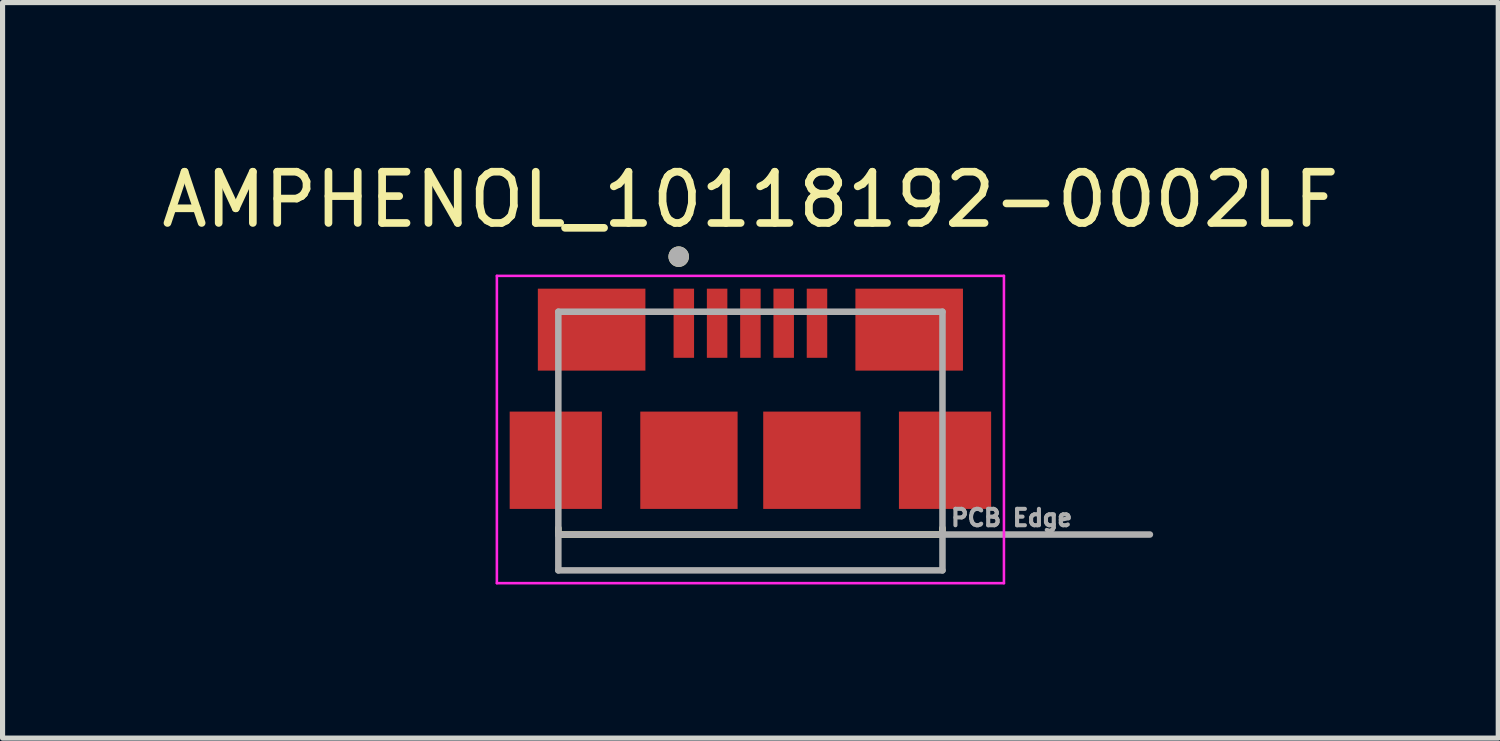
<source format=kicad_pcb>
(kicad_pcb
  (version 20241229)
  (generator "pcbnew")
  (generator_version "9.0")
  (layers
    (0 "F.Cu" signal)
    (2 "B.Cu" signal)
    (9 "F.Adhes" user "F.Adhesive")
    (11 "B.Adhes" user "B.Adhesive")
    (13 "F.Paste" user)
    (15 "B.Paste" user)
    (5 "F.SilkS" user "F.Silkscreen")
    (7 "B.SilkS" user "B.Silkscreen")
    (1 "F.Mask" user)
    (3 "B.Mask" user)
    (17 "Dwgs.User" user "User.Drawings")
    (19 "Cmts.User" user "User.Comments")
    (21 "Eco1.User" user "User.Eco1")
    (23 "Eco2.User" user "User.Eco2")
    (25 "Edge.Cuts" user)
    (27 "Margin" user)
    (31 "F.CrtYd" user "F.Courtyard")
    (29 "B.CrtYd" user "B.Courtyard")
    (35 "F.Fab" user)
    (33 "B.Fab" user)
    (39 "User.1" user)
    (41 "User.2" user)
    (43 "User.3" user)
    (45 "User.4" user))
  (footprint "AMPHENOL_10118192-0002LF"
    (layer "F.Cu")
    (at 11.601 3.261)
    (property "Reference" "AMPHENOL_10118192-0002LF" (at 0 -2.413 0) (layer "F.SilkS") (effects (font (size 1 1) (thickness 0.15))))
    (attr smd)
    (fp_line (start -3.75 4) (end -3.75 4.125) (stroke (width 0.127) (type solid)) (layer "F.SilkS"))
    (fp_line (start -3.75 4.125) (end 3.75 4.125) (stroke (width 0.127) (type solid)) (layer "F.SilkS"))
    (fp_line (start 3.75 4.125) (end 3.75 4) (stroke (width 0.127) (type solid)) (layer "F.SilkS"))
    (fp_circle (center -1.4 -1.3) (end -1.3 -1.3) (stroke (width 0.2) (type solid)) (fill no) (layer "F.SilkS"))
    (fp_line (start -4.95 -0.925) (end 4.95 -0.925) (stroke (width 0.05) (type solid)) (layer "F.CrtYd"))
    (fp_line (start -4.95 5.075) (end -4.95 -0.925) (stroke (width 0.05) (type solid)) (layer "F.CrtYd"))
    (fp_line (start 4.95 -0.925) (end 4.95 5.075) (stroke (width 0.05) (type solid)) (layer "F.CrtYd"))
    (fp_line (start 4.95 5.075) (end -4.95 5.075) (stroke (width 0.05) (type solid)) (layer "F.CrtYd"))
    (fp_line (start -3.75 -0.225) (end 3.75 -0.225) (stroke (width 0.127) (type solid)) (layer "F.Fab"))
    (fp_line (start -3.75 4.125) (end -3.75 -0.225) (stroke (width 0.127) (type solid)) (layer "F.Fab"))
    (fp_line (start -3.75 4.825) (end -3.75 4.125) (stroke (width 0.127) (type solid)) (layer "F.Fab"))
    (fp_line (start 3.75 -0.225) (end 3.75 4.125) (stroke (width 0.127) (type solid)) (layer "F.Fab"))
    (fp_line (start 3.75 4.125) (end -3.75 4.125) (stroke (width 0.127) (type solid)) (layer "F.Fab"))
    (fp_line (start 3.75 4.125) (end 3.75 4.825) (stroke (width 0.127) (type solid)) (layer "F.Fab"))
    (fp_line (start 3.75 4.125) (end 7.8 4.125) (stroke (width 0.127) (type solid)) (layer "F.Fab"))
    (fp_line (start 3.75 4.825) (end -3.75 4.825) (stroke (width 0.127) (type solid)) (layer "F.Fab"))
    (fp_circle (center -1.4 -1.3) (end -1.3 -1.3) (stroke (width 0.2) (type solid)) (fill no) (layer "F.Fab"))
    (fp_text user "PCB Edge" (at 5.1 3.8 0) (layer "F.Fab") (effects (font (size 0.32 0.32) (thickness 0.15))))
    (pad "1" smd rect (at -1.3 0) (size 0.4 1.35) (layers "F.Cu" "F.Mask" "F.Paste"))
    (pad "2" smd rect (at -0.65 0) (size 0.4 1.35) (layers "F.Cu" "F.Mask" "F.Paste"))
    (pad "3" smd rect (at 0 0) (size 0.4 1.35) (layers "F.Cu" "F.Mask" "F.Paste"))
    (pad "4" smd rect (at 0.65 0) (size 0.4 1.35) (layers "F.Cu" "F.Mask" "F.Paste"))
    (pad "5" smd rect (at 1.3 0) (size 0.4 1.35) (layers "F.Cu" "F.Mask" "F.Paste"))
    (pad "S1" smd rect (at -3.1 0.125) (size 2.1 1.6) (layers "F.Cu" "F.Mask" "F.Paste"))
    (pad "S2" smd rect (at 3.1 0.125) (size 2.1 1.6) (layers "F.Cu" "F.Mask" "F.Paste"))
    (pad "S3" smd rect (at -3.8 2.675) (size 1.8 1.9) (layers "F.Cu" "F.Mask" "F.Paste"))
    (pad "S4" smd rect (at -1.2 2.675) (size 1.9 1.9) (layers "F.Cu" "F.Mask" "F.Paste"))
    (pad "S5" smd rect (at 1.2 2.675) (size 1.9 1.9) (layers "F.Cu" "F.Mask" "F.Paste"))
    (pad "S6" smd rect (at 3.8 2.675) (size 1.8 1.9) (layers "F.Cu" "F.Mask" "F.Paste")))
  (gr_rect
    (start -3 -3)
    (end 26.202 11.361)
    (stroke (width 0.1) (type default))
    (fill no)
    (layer "Edge.Cuts")))
</source>
